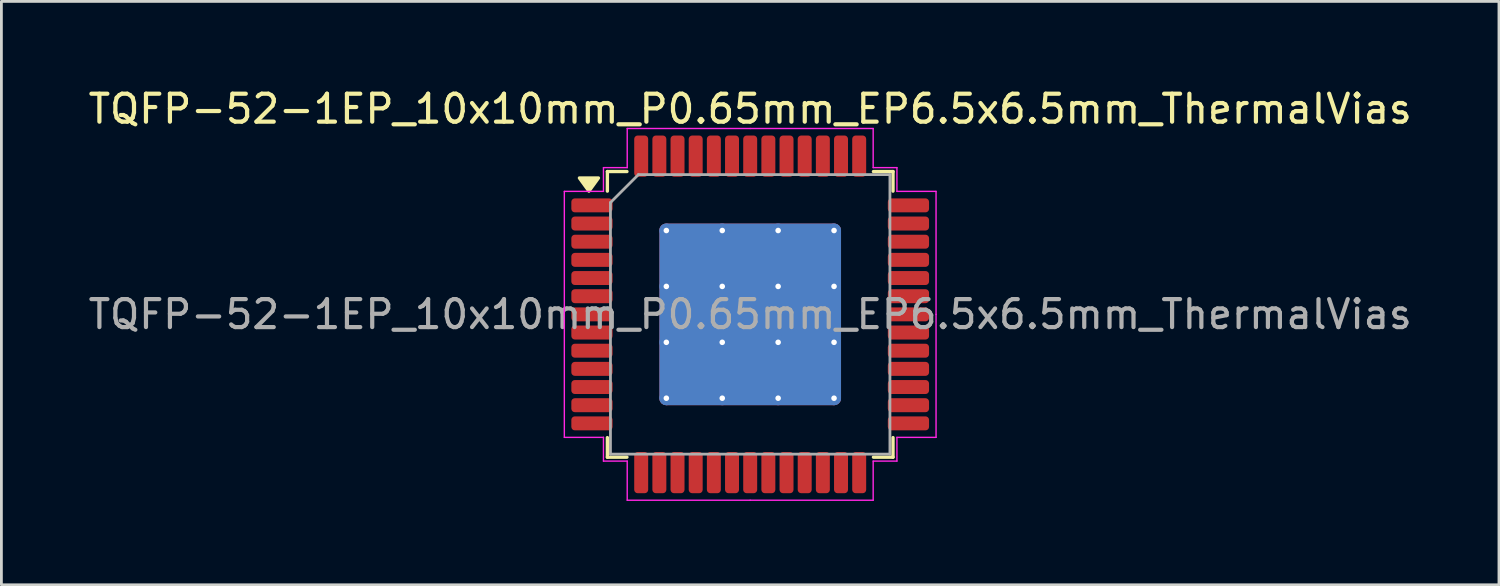
<source format=kicad_pcb>
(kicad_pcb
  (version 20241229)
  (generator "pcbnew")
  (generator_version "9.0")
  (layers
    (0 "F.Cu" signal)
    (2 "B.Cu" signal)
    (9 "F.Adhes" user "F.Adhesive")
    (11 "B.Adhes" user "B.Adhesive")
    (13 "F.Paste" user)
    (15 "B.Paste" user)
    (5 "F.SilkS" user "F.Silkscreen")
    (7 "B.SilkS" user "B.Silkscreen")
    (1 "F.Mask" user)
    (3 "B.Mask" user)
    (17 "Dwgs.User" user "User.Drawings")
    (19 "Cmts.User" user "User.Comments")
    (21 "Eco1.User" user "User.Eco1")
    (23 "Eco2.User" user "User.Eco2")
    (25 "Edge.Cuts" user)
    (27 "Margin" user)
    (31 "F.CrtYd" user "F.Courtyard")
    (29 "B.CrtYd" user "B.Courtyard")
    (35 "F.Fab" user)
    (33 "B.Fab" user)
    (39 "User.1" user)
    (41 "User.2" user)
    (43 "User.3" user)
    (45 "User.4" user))
  (footprint "TQFP-52-1EP_10x10mm_P0.65mm_EP6.5x6.5mm_ThermalVias"
    (layer "F.Cu")
    (at 23.792 8.198)
    (property "Reference" "TQFP-52-1EP_10x10mm_P0.65mm_EP6.5x6.5mm_ThermalVias" (at 0 -7.35 0) (layer "F.SilkS") (effects (font (size 1 1) (thickness 0.15))))
    (attr smd)
    (fp_line (start -5.11 -5.11) (end -5.11 -4.41) (stroke (width 0.12) (type solid)) (layer "F.SilkS"))
    (fp_line (start -5.11 5.11) (end -5.11 4.41) (stroke (width 0.12) (type solid)) (layer "F.SilkS"))
    (fp_line (start -4.41 -5.11) (end -5.11 -5.11) (stroke (width 0.12) (type solid)) (layer "F.SilkS"))
    (fp_line (start -4.41 5.11) (end -5.11 5.11) (stroke (width 0.12) (type solid)) (layer "F.SilkS"))
    (fp_line (start 4.41 -5.11) (end 5.11 -5.11) (stroke (width 0.12) (type solid)) (layer "F.SilkS"))
    (fp_line (start 4.41 5.11) (end 5.11 5.11) (stroke (width 0.12) (type solid)) (layer "F.SilkS"))
    (fp_line (start 5.11 -5.11) (end 5.11 -4.41) (stroke (width 0.12) (type solid)) (layer "F.SilkS"))
    (fp_line (start 5.11 5.11) (end 5.11 4.41) (stroke (width 0.12) (type solid)) (layer "F.SilkS"))
    (fp_poly (pts (xy -5.77 -4.41) (xy -6.11 -4.88) (xy -5.43 -4.88) (xy -5.77 -4.41)) (stroke (width 0.12) (type solid)) (fill yes) (layer "F.SilkS"))
    (fp_line (start -6.65 -4.4) (end -6.65 0) (stroke (width 0.05) (type solid)) (layer "F.CrtYd"))
    (fp_line (start -6.65 4.4) (end -6.65 0) (stroke (width 0.05) (type solid)) (layer "F.CrtYd"))
    (fp_line (start -5.25 -5.25) (end -5.25 -4.4) (stroke (width 0.05) (type solid)) (layer "F.CrtYd"))
    (fp_line (start -5.25 -4.4) (end -6.65 -4.4) (stroke (width 0.05) (type solid)) (layer "F.CrtYd"))
    (fp_line (start -5.25 4.4) (end -6.65 4.4) (stroke (width 0.05) (type solid)) (layer "F.CrtYd"))
    (fp_line (start -5.25 5.25) (end -5.25 4.4) (stroke (width 0.05) (type solid)) (layer "F.CrtYd"))
    (fp_line (start -4.4 -6.65) (end -4.4 -5.25) (stroke (width 0.05) (type solid)) (layer "F.CrtYd"))
    (fp_line (start -4.4 -5.25) (end -5.25 -5.25) (stroke (width 0.05) (type solid)) (layer "F.CrtYd"))
    (fp_line (start -4.4 5.25) (end -5.25 5.25) (stroke (width 0.05) (type solid)) (layer "F.CrtYd"))
    (fp_line (start -4.4 6.65) (end -4.4 5.25) (stroke (width 0.05) (type solid)) (layer "F.CrtYd"))
    (fp_line (start 0 -6.65) (end -4.4 -6.65) (stroke (width 0.05) (type solid)) (layer "F.CrtYd"))
    (fp_line (start 0 -6.65) (end 4.4 -6.65) (stroke (width 0.05) (type solid)) (layer "F.CrtYd"))
    (fp_line (start 0 6.65) (end -4.4 6.65) (stroke (width 0.05) (type solid)) (layer "F.CrtYd"))
    (fp_line (start 0 6.65) (end 4.4 6.65) (stroke (width 0.05) (type solid)) (layer "F.CrtYd"))
    (fp_line (start 4.4 -6.65) (end 4.4 -5.25) (stroke (width 0.05) (type solid)) (layer "F.CrtYd"))
    (fp_line (start 4.4 -5.25) (end 5.25 -5.25) (stroke (width 0.05) (type solid)) (layer "F.CrtYd"))
    (fp_line (start 4.4 5.25) (end 5.25 5.25) (stroke (width 0.05) (type solid)) (layer "F.CrtYd"))
    (fp_line (start 4.4 6.65) (end 4.4 5.25) (stroke (width 0.05) (type solid)) (layer "F.CrtYd"))
    (fp_line (start 5.25 -5.25) (end 5.25 -4.4) (stroke (width 0.05) (type solid)) (layer "F.CrtYd"))
    (fp_line (start 5.25 -4.4) (end 6.65 -4.4) (stroke (width 0.05) (type solid)) (layer "F.CrtYd"))
    (fp_line (start 5.25 4.4) (end 6.65 4.4) (stroke (width 0.05) (type solid)) (layer "F.CrtYd"))
    (fp_line (start 5.25 5.25) (end 5.25 4.4) (stroke (width 0.05) (type solid)) (layer "F.CrtYd"))
    (fp_line (start 6.65 -4.4) (end 6.65 0) (stroke (width 0.05) (type solid)) (layer "F.CrtYd"))
    (fp_line (start 6.65 4.4) (end 6.65 0) (stroke (width 0.05) (type solid)) (layer "F.CrtYd"))
    (fp_line (start -5 -4) (end -4 -5) (stroke (width 0.1) (type solid)) (layer "F.Fab"))
    (fp_line (start -5 5) (end -5 -4) (stroke (width 0.1) (type solid)) (layer "F.Fab"))
    (fp_line (start -4 -5) (end 5 -5) (stroke (width 0.1) (type solid)) (layer "F.Fab"))
    (fp_line (start 5 -5) (end 5 5) (stroke (width 0.1) (type solid)) (layer "F.Fab"))
    (fp_line (start 5 5) (end -5 5) (stroke (width 0.1) (type solid)) (layer "F.Fab"))
    (fp_text user "${REFERENCE}" (at 0 0 0) (layer "F.Fab") (effects (font (size 1 1) (thickness 0.15))))
    (pad "" smd roundrect (at -2 -2) (size 1.747 1.747) (layers "F.Paste") (roundrect_rratio 0.143))
    (pad "" smd roundrect (at -2 0) (size 1.747 1.747) (layers "F.Paste") (roundrect_rratio 0.143))
    (pad "" smd roundrect (at -2 2) (size 1.747 1.747) (layers "F.Paste") (roundrect_rratio 0.143))
    (pad "" smd roundrect (at 0 -2) (size 1.747 1.747) (layers "F.Paste") (roundrect_rratio 0.143))
    (pad "" smd roundrect (at 0 0) (size 1.747 1.747) (layers "F.Paste") (roundrect_rratio 0.143))
    (pad "" smd roundrect (at 0 2) (size 1.747 1.747) (layers "F.Paste") (roundrect_rratio 0.143))
    (pad "" smd roundrect (at 2 -2) (size 1.747 1.747) (layers "F.Paste") (roundrect_rratio 0.143))
    (pad "" smd roundrect (at 2 0) (size 1.747 1.747) (layers "F.Paste") (roundrect_rratio 0.143))
    (pad "" smd roundrect (at 2 2) (size 1.747 1.747) (layers "F.Paste") (roundrect_rratio 0.143))
    (pad "1" smd roundrect (at -5.662 -3.9) (size 1.475 0.5) (layers "F.Cu" "F.Mask" "F.Paste") (roundrect_rratio 0.25))
    (pad "2" smd roundrect (at -5.662 -3.25) (size 1.475 0.5) (layers "F.Cu" "F.Mask" "F.Paste") (roundrect_rratio 0.25))
    (pad "3" smd roundrect (at -5.662 -2.6) (size 1.475 0.5) (layers "F.Cu" "F.Mask" "F.Paste") (roundrect_rratio 0.25))
    (pad "4" smd roundrect (at -5.662 -1.95) (size 1.475 0.5) (layers "F.Cu" "F.Mask" "F.Paste") (roundrect_rratio 0.25))
    (pad "5" smd roundrect (at -5.662 -1.3) (size 1.475 0.5) (layers "F.Cu" "F.Mask" "F.Paste") (roundrect_rratio 0.25))
    (pad "6" smd roundrect (at -5.662 -0.65) (size 1.475 0.5) (layers "F.Cu" "F.Mask" "F.Paste") (roundrect_rratio 0.25))
    (pad "7" smd roundrect (at -5.662 0) (size 1.475 0.5) (layers "F.Cu" "F.Mask" "F.Paste") (roundrect_rratio 0.25))
    (pad "8" smd roundrect (at -5.662 0.65) (size 1.475 0.5) (layers "F.Cu" "F.Mask" "F.Paste") (roundrect_rratio 0.25))
    (pad "9" smd roundrect (at -5.662 1.3) (size 1.475 0.5) (layers "F.Cu" "F.Mask" "F.Paste") (roundrect_rratio 0.25))
    (pad "10" smd roundrect (at -5.662 1.95) (size 1.475 0.5) (layers "F.Cu" "F.Mask" "F.Paste") (roundrect_rratio 0.25))
    (pad "11" smd roundrect (at -5.662 2.6) (size 1.475 0.5) (layers "F.Cu" "F.Mask" "F.Paste") (roundrect_rratio 0.25))
    (pad "12" smd roundrect (at -5.662 3.25) (size 1.475 0.5) (layers "F.Cu" "F.Mask" "F.Paste") (roundrect_rratio 0.25))
    (pad "13" smd roundrect (at -5.662 3.9) (size 1.475 0.5) (layers "F.Cu" "F.Mask" "F.Paste") (roundrect_rratio 0.25))
    (pad "14" smd roundrect (at -3.9 5.662) (size 0.5 1.475) (layers "F.Cu" "F.Mask" "F.Paste") (roundrect_rratio 0.25))
    (pad "15" smd roundrect (at -3.25 5.662) (size 0.5 1.475) (layers "F.Cu" "F.Mask" "F.Paste") (roundrect_rratio 0.25))
    (pad "16" smd roundrect (at -2.6 5.662) (size 0.5 1.475) (layers "F.Cu" "F.Mask" "F.Paste") (roundrect_rratio 0.25))
    (pad "17" smd roundrect (at -1.95 5.662) (size 0.5 1.475) (layers "F.Cu" "F.Mask" "F.Paste") (roundrect_rratio 0.25))
    (pad "18" smd roundrect (at -1.3 5.662) (size 0.5 1.475) (layers "F.Cu" "F.Mask" "F.Paste") (roundrect_rratio 0.25))
    (pad "19" smd roundrect (at -0.65 5.662) (size 0.5 1.475) (layers "F.Cu" "F.Mask" "F.Paste") (roundrect_rratio 0.25))
    (pad "20" smd roundrect (at 0 5.662) (size 0.5 1.475) (layers "F.Cu" "F.Mask" "F.Paste") (roundrect_rratio 0.25))
    (pad "21" smd roundrect (at 0.65 5.662) (size 0.5 1.475) (layers "F.Cu" "F.Mask" "F.Paste") (roundrect_rratio 0.25))
    (pad "22" smd roundrect (at 1.3 5.662) (size 0.5 1.475) (layers "F.Cu" "F.Mask" "F.Paste") (roundrect_rratio 0.25))
    (pad "23" smd roundrect (at 1.95 5.662) (size 0.5 1.475) (layers "F.Cu" "F.Mask" "F.Paste") (roundrect_rratio 0.25))
    (pad "24" smd roundrect (at 2.6 5.662) (size 0.5 1.475) (layers "F.Cu" "F.Mask" "F.Paste") (roundrect_rratio 0.25))
    (pad "25" smd roundrect (at 3.25 5.662) (size 0.5 1.475) (layers "F.Cu" "F.Mask" "F.Paste") (roundrect_rratio 0.25))
    (pad "26" smd roundrect (at 3.9 5.662) (size 0.5 1.475) (layers "F.Cu" "F.Mask" "F.Paste") (roundrect_rratio 0.25))
    (pad "27" smd roundrect (at 5.662 3.9) (size 1.475 0.5) (layers "F.Cu" "F.Mask" "F.Paste") (roundrect_rratio 0.25))
    (pad "28" smd roundrect (at 5.662 3.25) (size 1.475 0.5) (layers "F.Cu" "F.Mask" "F.Paste") (roundrect_rratio 0.25))
    (pad "29" smd roundrect (at 5.662 2.6) (size 1.475 0.5) (layers "F.Cu" "F.Mask" "F.Paste") (roundrect_rratio 0.25))
    (pad "30" smd roundrect (at 5.662 1.95) (size 1.475 0.5) (layers "F.Cu" "F.Mask" "F.Paste") (roundrect_rratio 0.25))
    (pad "31" smd roundrect (at 5.662 1.3) (size 1.475 0.5) (layers "F.Cu" "F.Mask" "F.Paste") (roundrect_rratio 0.25))
    (pad "32" smd roundrect (at 5.662 0.65) (size 1.475 0.5) (layers "F.Cu" "F.Mask" "F.Paste") (roundrect_rratio 0.25))
    (pad "33" smd roundrect (at 5.662 0) (size 1.475 0.5) (layers "F.Cu" "F.Mask" "F.Paste") (roundrect_rratio 0.25))
    (pad "34" smd roundrect (at 5.662 -0.65) (size 1.475 0.5) (layers "F.Cu" "F.Mask" "F.Paste") (roundrect_rratio 0.25))
    (pad "35" smd roundrect (at 5.662 -1.3) (size 1.475 0.5) (layers "F.Cu" "F.Mask" "F.Paste") (roundrect_rratio 0.25))
    (pad "36" smd roundrect (at 5.662 -1.95) (size 1.475 0.5) (layers "F.Cu" "F.Mask" "F.Paste") (roundrect_rratio 0.25))
    (pad "37" smd roundrect (at 5.662 -2.6) (size 1.475 0.5) (layers "F.Cu" "F.Mask" "F.Paste") (roundrect_rratio 0.25))
    (pad "38" smd roundrect (at 5.662 -3.25) (size 1.475 0.5) (layers "F.Cu" "F.Mask" "F.Paste") (roundrect_rratio 0.25))
    (pad "39" smd roundrect (at 5.662 -3.9) (size 1.475 0.5) (layers "F.Cu" "F.Mask" "F.Paste") (roundrect_rratio 0.25))
    (pad "40" smd roundrect (at 3.9 -5.662) (size 0.5 1.475) (layers "F.Cu" "F.Mask" "F.Paste") (roundrect_rratio 0.25))
    (pad "41" smd roundrect (at 3.25 -5.662) (size 0.5 1.475) (layers "F.Cu" "F.Mask" "F.Paste") (roundrect_rratio 0.25))
    (pad "42" smd roundrect (at 2.6 -5.662) (size 0.5 1.475) (layers "F.Cu" "F.Mask" "F.Paste") (roundrect_rratio 0.25))
    (pad "43" smd roundrect (at 1.95 -5.662) (size 0.5 1.475) (layers "F.Cu" "F.Mask" "F.Paste") (roundrect_rratio 0.25))
    (pad "44" smd roundrect (at 1.3 -5.662) (size 0.5 1.475) (layers "F.Cu" "F.Mask" "F.Paste") (roundrect_rratio 0.25))
    (pad "45" smd roundrect (at 0.65 -5.662) (size 0.5 1.475) (layers "F.Cu" "F.Mask" "F.Paste") (roundrect_rratio 0.25))
    (pad "46" smd roundrect (at 0 -5.662) (size 0.5 1.475) (layers "F.Cu" "F.Mask" "F.Paste") (roundrect_rratio 0.25))
    (pad "47" smd roundrect (at -0.65 -5.662) (size 0.5 1.475) (layers "F.Cu" "F.Mask" "F.Paste") (roundrect_rratio 0.25))
    (pad "48" smd roundrect (at -1.3 -5.662) (size 0.5 1.475) (layers "F.Cu" "F.Mask" "F.Paste") (roundrect_rratio 0.25))
    (pad "49" smd roundrect (at -1.95 -5.662) (size 0.5 1.475) (layers "F.Cu" "F.Mask" "F.Paste") (roundrect_rratio 0.25))
    (pad "50" smd roundrect (at -2.6 -5.662) (size 0.5 1.475) (layers "F.Cu" "F.Mask" "F.Paste") (roundrect_rratio 0.25))
    (pad "51" smd roundrect (at -3.25 -5.662) (size 0.5 1.475) (layers "F.Cu" "F.Mask" "F.Paste") (roundrect_rratio 0.25))
    (pad "52" smd roundrect (at -3.9 -5.662) (size 0.5 1.475) (layers "F.Cu" "F.Mask" "F.Paste") (roundrect_rratio 0.25))
    (pad "53" thru_hole circle (at -3 -3) (size 0.5 0.5) (drill 0.2) (layers "*.Cu"))
    (pad "53" thru_hole circle (at -3 -1) (size 0.5 0.5) (drill 0.2) (layers "*.Cu"))
    (pad "53" thru_hole circle (at -3 1) (size 0.5 0.5) (drill 0.2) (layers "*.Cu"))
    (pad "53" thru_hole circle (at -3 3) (size 0.5 0.5) (drill 0.2) (layers "*.Cu"))
    (pad "53" thru_hole circle (at -1 -3) (size 0.5 0.5) (drill 0.2) (layers "*.Cu"))
    (pad "53" thru_hole circle (at -1 -1) (size 0.5 0.5) (drill 0.2) (layers "*.Cu"))
    (pad "53" thru_hole circle (at -1 1) (size 0.5 0.5) (drill 0.2) (layers "*.Cu"))
    (pad "53" thru_hole circle (at -1 3) (size 0.5 0.5) (drill 0.2) (layers "*.Cu"))
    (pad "53" smd roundrect (at 0 0) (size 6.5 6.5) (layers "F.Cu" "F.Mask") (roundrect_rratio 0.038))
    (pad "53" smd roundrect (at 0 0) (size 6.5 6.5) (layers "B.Cu") (roundrect_rratio 0.038))
    (pad "53" thru_hole circle (at 1 -3) (size 0.5 0.5) (drill 0.2) (layers "*.Cu"))
    (pad "53" thru_hole circle (at 1 -1) (size 0.5 0.5) (drill 0.2) (layers "*.Cu"))
    (pad "53" thru_hole circle (at 1 1) (size 0.5 0.5) (drill 0.2) (layers "*.Cu"))
    (pad "53" thru_hole circle (at 1 3) (size 0.5 0.5) (drill 0.2) (layers "*.Cu"))
    (pad "53" thru_hole circle (at 3 -3) (size 0.5 0.5) (drill 0.2) (layers "*.Cu"))
    (pad "53" thru_hole circle (at 3 -1) (size 0.5 0.5) (drill 0.2) (layers "*.Cu"))
    (pad "53" thru_hole circle (at 3 1) (size 0.5 0.5) (drill 0.2) (layers "*.Cu"))
    (pad "53" thru_hole circle (at 3 3) (size 0.5 0.5) (drill 0.2) (layers "*.Cu")))
  (gr_rect
    (start -3 -3)
    (end 50.583 17.873)
    (stroke (width 0.1) (type default))
    (fill no)
    (layer "Edge.Cuts")))
</source>
